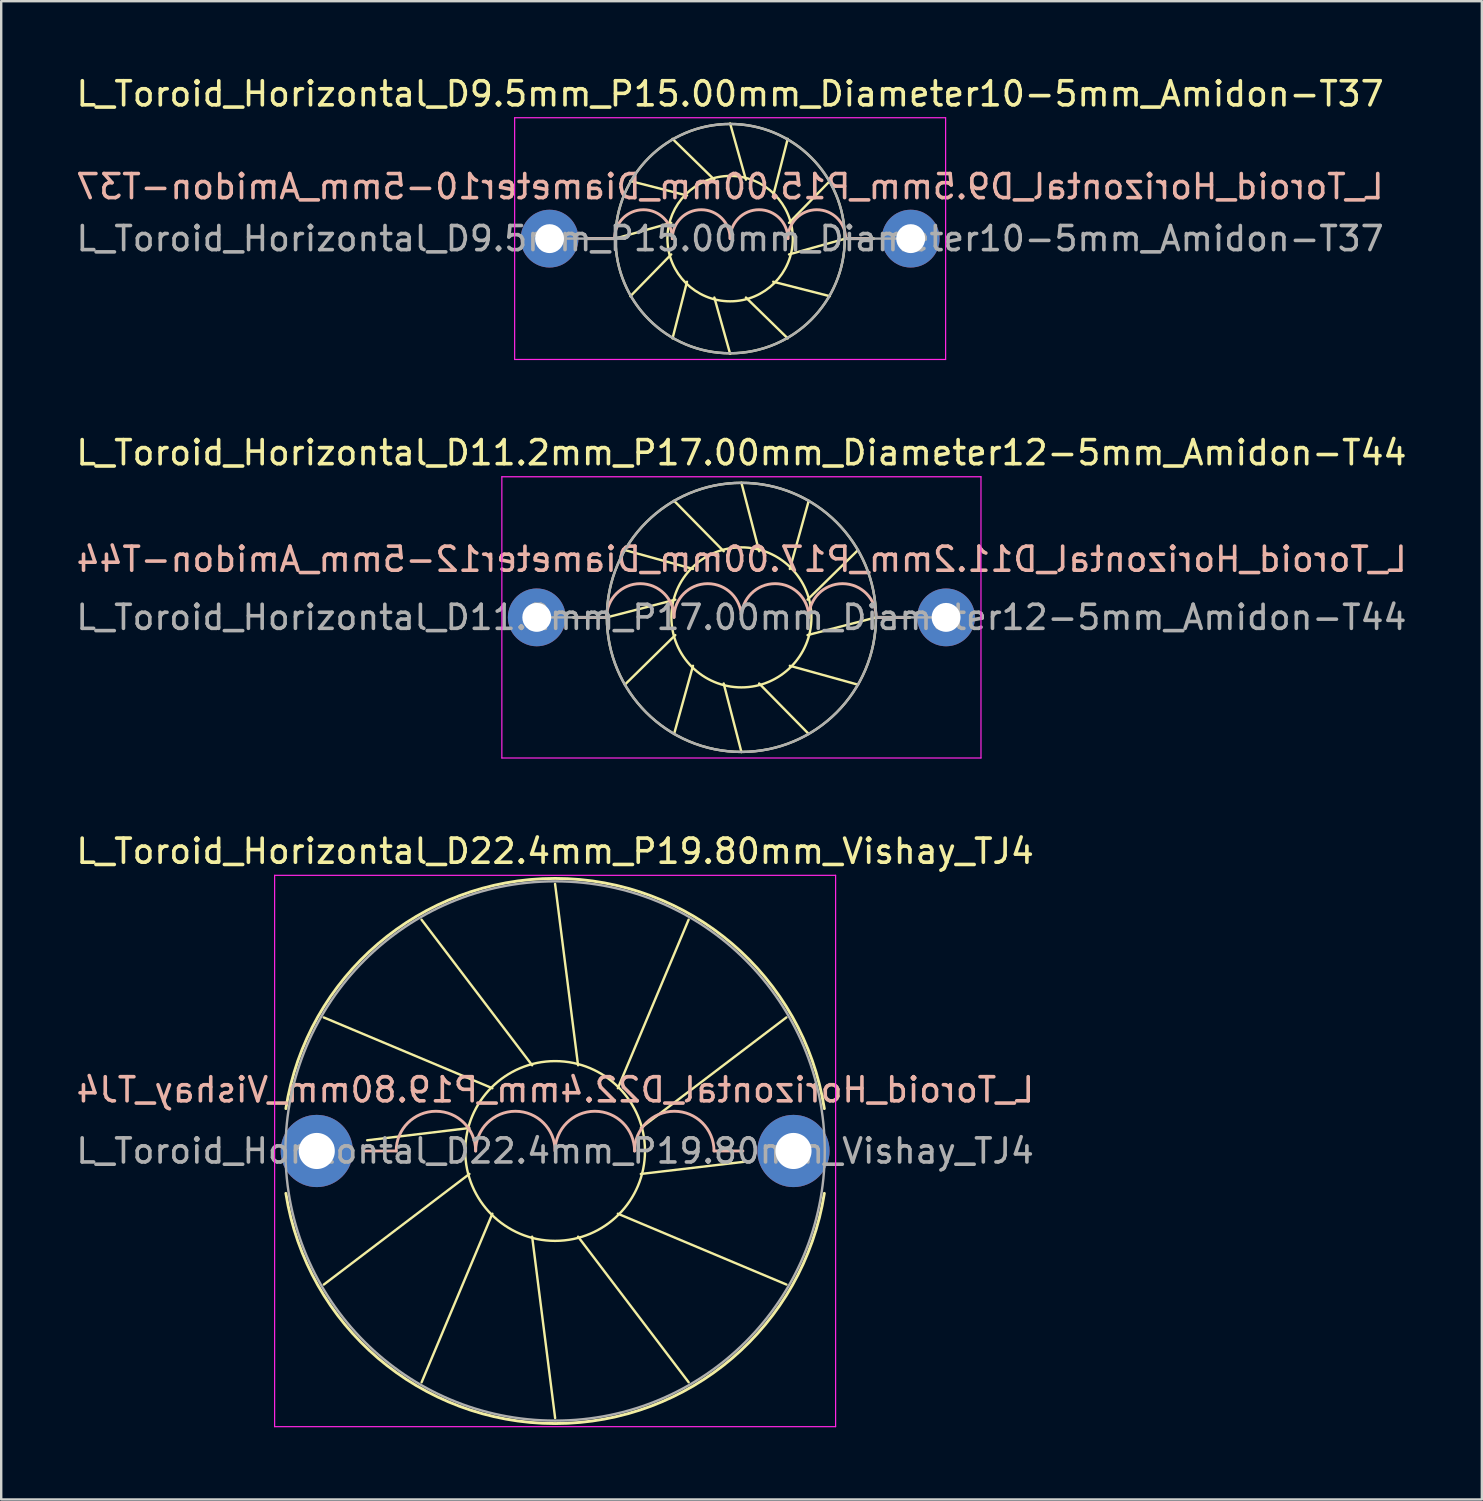
<source format=kicad_pcb>
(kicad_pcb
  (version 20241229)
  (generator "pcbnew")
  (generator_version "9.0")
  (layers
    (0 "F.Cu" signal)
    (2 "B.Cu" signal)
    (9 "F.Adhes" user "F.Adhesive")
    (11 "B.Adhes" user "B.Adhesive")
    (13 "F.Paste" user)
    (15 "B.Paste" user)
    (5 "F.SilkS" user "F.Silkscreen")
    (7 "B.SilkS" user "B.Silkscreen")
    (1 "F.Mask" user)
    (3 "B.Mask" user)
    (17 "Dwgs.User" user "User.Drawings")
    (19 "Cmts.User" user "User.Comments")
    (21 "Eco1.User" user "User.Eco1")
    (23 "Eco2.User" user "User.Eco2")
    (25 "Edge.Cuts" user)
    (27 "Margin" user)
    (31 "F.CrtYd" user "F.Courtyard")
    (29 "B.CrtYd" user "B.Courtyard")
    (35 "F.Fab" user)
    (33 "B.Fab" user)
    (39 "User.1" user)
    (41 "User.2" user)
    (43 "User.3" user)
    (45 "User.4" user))
  (footprint "L_Toroid_Horizontal_D22.4mm_P19.80mm_Vishay_TJ4"
    (layer "F.Cu")
    (at 10.106 44.755)
    (property "Reference" "L_Toroid_Horizontal_D22.4mm_P19.80mm_Vishay_TJ4" (at 9.9 -12.45 0) (layer "F.SilkS") (effects (font (size 1 1) (thickness 0.15))))
    (fp_line (start 0.292 -5.546) (end 7.294 -2.606) (stroke (width 0.1) (type solid)) (layer "F.SilkS"))
    (fp_line (start 0.293 5.548) (end 6.34 0.954) (stroke (width 0.1) (type solid)) (layer "F.SilkS"))
    (fp_line (start 2.095 -0.445) (end 6.34 -0.954) (stroke (width 0.1) (type solid)) (layer "F.SilkS"))
    (fp_line (start 4.352 -9.607) (end 8.946 -3.56) (stroke (width 0.1) (type solid)) (layer "F.SilkS"))
    (fp_line (start 4.354 9.608) (end 7.294 2.606) (stroke (width 0.1) (type solid)) (layer "F.SilkS"))
    (fp_line (start 9.898 -11.094) (end 10.853 -3.56) (stroke (width 0.1) (type solid)) (layer "F.SilkS"))
    (fp_line (start 9.901 11.094) (end 8.946 3.56) (stroke (width 0.1) (type solid)) (layer "F.SilkS"))
    (fp_line (start 15.445 -9.608) (end 12.506 -2.607) (stroke (width 0.1) (type solid)) (layer "F.SilkS"))
    (fp_line (start 15.447 9.607) (end 10.854 3.56) (stroke (width 0.1) (type solid)) (layer "F.SilkS"))
    (fp_line (start 17.78 0.445) (end 13.46 0.954) (stroke (width 0.1) (type solid)) (layer "F.SilkS"))
    (fp_line (start 19.506 -5.548) (end 13.46 -0.955) (stroke (width 0.1) (type solid)) (layer "F.SilkS"))
    (fp_line (start 19.507 5.547) (end 12.506 2.606) (stroke (width 0.1) (type solid)) (layer "F.SilkS"))
    (fp_arc (start -1.282343 -1.76) (mid 9.9 -11.32) (end 21.082343 -1.76) (stroke (width 0.12) (type solid)) (layer "F.SilkS"))
    (fp_arc (start 21.082343 1.76) (mid 9.9 11.32) (end -1.282343 1.76) (stroke (width 0.12) (type solid)) (layer "F.SilkS"))
    (fp_circle (center 9.9 0) (end 13.633 0) (stroke (width 0.1) (type solid)) (fill no) (layer "F.SilkS"))
    (fp_line (start 2 0) (end 3.3 0) (stroke (width 0.12) (type solid)) (layer "B.SilkS"))
    (fp_line (start 16.5 0) (end 17.7 0) (stroke (width 0.12) (type solid)) (layer "B.SilkS"))
    (fp_arc (start 3.3 0) (mid 4.95 -1.65) (end 6.6 0) (stroke (width 0.12) (type solid)) (layer "B.SilkS"))
    (fp_arc (start 6.6 0) (mid 8.25 -1.65) (end 9.9 0) (stroke (width 0.12) (type solid)) (layer "B.SilkS"))
    (fp_arc (start 9.9 0) (mid 11.55 -1.65) (end 13.2 0) (stroke (width 0.12) (type solid)) (layer "B.SilkS"))
    (fp_arc (start 13.2 0) (mid 14.85 -1.65) (end 16.5 0) (stroke (width 0.12) (type solid)) (layer "B.SilkS"))
    (fp_line (start -1.75 -11.45) (end -1.75 11.45) (stroke (width 0.05) (type solid)) (layer "F.CrtYd"))
    (fp_line (start -1.75 11.45) (end 21.55 11.45) (stroke (width 0.05) (type solid)) (layer "F.CrtYd"))
    (fp_line (start 21.55 -11.45) (end -1.75 -11.45) (stroke (width 0.05) (type solid)) (layer "F.CrtYd"))
    (fp_line (start 21.55 11.45) (end 21.55 -11.45) (stroke (width 0.05) (type solid)) (layer "F.CrtYd"))
    (fp_circle (center 9.9 0) (end 21.1 0) (stroke (width 0.1) (type solid)) (fill no) (layer "F.Fab"))
    (fp_text user "${REFERENCE}" (at 9.906 -2.54 0) (layer "B.SilkS") (effects (font (size 1 1) (thickness 0.15)) (justify mirror)))
    (fp_text user "${REFERENCE}" (at 9.9 0 0) (layer "F.Fab") (effects (font (size 1 1) (thickness 0.15))))
    (pad "1" thru_hole circle (at 0 0) (size 3 3) (drill 1.5) (layers "*.Cu" "*.Mask"))
    (pad "2" thru_hole circle (at 19.8 0) (size 3 3) (drill 1.5) (layers "*.Cu" "*.Mask")))
  (footprint "L_Toroid_Horizontal_D9.5mm_P15.00mm_Diameter10-5mm_Amidon-T37"
    (layer "F.Cu")
    (at 19.775 6.861)
    (property "Reference" "L_Toroid_Horizontal_D9.5mm_P15.00mm_Diameter10-5mm_Amidon-T37" (at 7.5 -6.013 0) (layer "F.SilkS") (effects (font (size 1 1) (thickness 0.15))))
    (fp_line (start 2.715 0.000443) (end 5.053 -0.655) (stroke (width 0.1) (type solid)) (layer "F.SilkS"))
    (fp_line (start 2.737 0) (end 1.524 0) (stroke (width 0.12) (type solid)) (layer "F.SilkS"))
    (fp_line (start 3.356 -2.392) (end 5.709 -1.791) (stroke (width 0.1) (type solid)) (layer "F.SilkS"))
    (fp_line (start 3.356 2.393) (end 5.053 0.656) (stroke (width 0.1) (type solid)) (layer "F.SilkS"))
    (fp_line (start 5.107 -4.144) (end 6.844 -2.447) (stroke (width 0.1) (type solid)) (layer "F.SilkS"))
    (fp_line (start 5.108 4.144) (end 5.709 1.791) (stroke (width 0.1) (type solid)) (layer "F.SilkS"))
    (fp_line (start 7.499 -4.785) (end 8.155 -2.447) (stroke (width 0.1) (type solid)) (layer "F.SilkS"))
    (fp_line (start 7.5 4.785) (end 6.845 2.447) (stroke (width 0.1) (type solid)) (layer "F.SilkS"))
    (fp_line (start 9.892 -4.144) (end 9.291 -1.792) (stroke (width 0.1) (type solid)) (layer "F.SilkS"))
    (fp_line (start 9.893 4.144) (end 8.156 2.447) (stroke (width 0.1) (type solid)) (layer "F.SilkS"))
    (fp_line (start 11.643 -2.393) (end 9.947 -0.656) (stroke (width 0.1) (type solid)) (layer "F.SilkS"))
    (fp_line (start 11.644 2.392) (end 9.291 1.791) (stroke (width 0.1) (type solid)) (layer "F.SilkS"))
    (fp_line (start 12.262 0) (end 13.462 0) (stroke (width 0.12) (type solid)) (layer "F.SilkS"))
    (fp_line (start 12.285 0) (end 9.947 0.656) (stroke (width 0.1) (type solid)) (layer "F.SilkS"))
    (fp_circle (center 7.5 0) (end 10.104 0) (stroke (width 0.1) (type solid)) (fill no) (layer "F.SilkS"))
    (fp_circle (center 7.5 0) (end 12.262 0) (stroke (width 0.1) (type solid)) (fill no) (layer "F.SilkS"))
    (fp_line (start 1.6 0) (end 2.7 0) (stroke (width 0.12) (type solid)) (layer "B.SilkS"))
    (fp_line (start 13.4 0) (end 12.3 0) (stroke (width 0.12) (type solid)) (layer "B.SilkS"))
    (fp_arc (start 2.7 0) (mid 3.9 -1.2) (end 5.1 0) (stroke (width 0.12) (type solid)) (layer "B.SilkS"))
    (fp_arc (start 5.1 0) (mid 6.3 -1.2) (end 7.5 0) (stroke (width 0.12) (type solid)) (layer "B.SilkS"))
    (fp_arc (start 7.5 0) (mid 8.7 -1.2) (end 9.9 0) (stroke (width 0.12) (type solid)) (layer "B.SilkS"))
    (fp_arc (start 9.9 0) (mid 11.1 -1.2) (end 12.3 0) (stroke (width 0.12) (type solid)) (layer "B.SilkS"))
    (fp_line (start -1.45 -5.02) (end -1.45 5.02) (stroke (width 0.05) (type solid)) (layer "F.CrtYd"))
    (fp_line (start -1.45 5.02) (end 16.45 5.02) (stroke (width 0.05) (type solid)) (layer "F.CrtYd"))
    (fp_line (start 16.45 -5.02) (end -1.45 -5.02) (stroke (width 0.05) (type solid)) (layer "F.CrtYd"))
    (fp_line (start 16.45 5.02) (end 16.45 -5.02) (stroke (width 0.05) (type solid)) (layer "F.CrtYd"))
    (fp_line (start 0 0) (end 2.737 0) (stroke (width 0.1) (type solid)) (layer "F.Fab"))
    (fp_line (start 15 0) (end 12.262 0) (stroke (width 0.1) (type solid)) (layer "F.Fab"))
    (fp_circle (center 7.5 0) (end 12.262 0) (stroke (width 0.1) (type solid)) (fill no) (layer "F.Fab"))
    (fp_text user "${REFERENCE}" (at 7.493 -2.159 0) (layer "B.SilkS") (effects (font (size 1 1) (thickness 0.15)) (justify mirror)))
    (fp_text user "${REFERENCE}" (at 7.5 0 0) (layer "F.Fab") (effects (font (size 1 1) (thickness 0.15))))
    (pad "1" thru_hole circle (at 0 0) (size 2.4 2.4) (drill 1.2) (layers "*.Cu" "*.Mask"))
    (pad "2" thru_hole circle (at 15 0) (size 2.4 2.4) (drill 1.2) (layers "*.Cu" "*.Mask")))
  (footprint "L_Toroid_Horizontal_D11.2mm_P17.00mm_Diameter12-5mm_Amidon-T44"
    (layer "F.Cu")
    (at 19.244 22.592)
    (property "Reference" "L_Toroid_Horizontal_D11.2mm_P17.00mm_Diameter12-5mm_Amidon-T44" (at 8.5 -6.838 0) (layer "F.SilkS") (effects (font (size 1 1) (thickness 0.15))))
    (fp_line (start 2.906 0.001) (end 1.524 0) (stroke (width 0.12) (type solid)) (layer "F.SilkS"))
    (fp_line (start 2.906 0.001) (end 5.753 -0.736) (stroke (width 0.1) (type solid)) (layer "F.SilkS"))
    (fp_line (start 3.655 -2.796) (end 6.489 -2.011) (stroke (width 0.1) (type solid)) (layer "F.SilkS"))
    (fp_line (start 3.656 2.797) (end 5.753 0.736) (stroke (width 0.1) (type solid)) (layer "F.SilkS"))
    (fp_line (start 5.702 -4.844) (end 7.764 -2.747) (stroke (width 0.1) (type solid)) (layer "F.SilkS"))
    (fp_line (start 5.703 4.845) (end 6.489 2.011) (stroke (width 0.1) (type solid)) (layer "F.SilkS"))
    (fp_line (start 8.499 -5.594) (end 9.236 -2.747) (stroke (width 0.1) (type solid)) (layer "F.SilkS"))
    (fp_line (start 8.5 5.594) (end 7.764 2.747) (stroke (width 0.1) (type solid)) (layer "F.SilkS"))
    (fp_line (start 11.296 -4.845) (end 10.511 -2.011) (stroke (width 0.1) (type solid)) (layer "F.SilkS"))
    (fp_line (start 11.297 4.844) (end 9.236 2.747) (stroke (width 0.1) (type solid)) (layer "F.SilkS"))
    (fp_line (start 13.344 -2.798) (end 11.247 -0.737) (stroke (width 0.1) (type solid)) (layer "F.SilkS"))
    (fp_line (start 13.344 2.797) (end 10.511 2.011) (stroke (width 0.1) (type solid)) (layer "F.SilkS"))
    (fp_line (start 14.088 0) (end 15.494 0) (stroke (width 0.12) (type solid)) (layer "F.SilkS"))
    (fp_line (start 14.094 0) (end 11.247 0.736) (stroke (width 0.1) (type solid)) (layer "F.SilkS"))
    (fp_circle (center 8.5 0) (end 11.408 0) (stroke (width 0.1) (type solid)) (fill no) (layer "F.SilkS"))
    (fp_circle (center 8.5 0) (end 14.088 0) (stroke (width 0.1) (type solid)) (fill no) (layer "F.SilkS"))
    (fp_line (start 1.6 0) (end 2.9 0) (stroke (width 0.12) (type solid)) (layer "B.SilkS"))
    (fp_line (start 15.4 0) (end 14.1 0) (stroke (width 0.12) (type solid)) (layer "B.SilkS"))
    (fp_arc (start 2.9 0) (mid 4.3 -1.4) (end 5.7 0) (stroke (width 0.12) (type solid)) (layer "B.SilkS"))
    (fp_arc (start 5.7 0) (mid 7.1 -1.4) (end 8.5 0) (stroke (width 0.12) (type solid)) (layer "B.SilkS"))
    (fp_arc (start 8.5 0) (mid 9.9 -1.4) (end 11.3 0) (stroke (width 0.12) (type solid)) (layer "B.SilkS"))
    (fp_arc (start 11.3 0) (mid 12.7 -1.4) (end 14.1 0) (stroke (width 0.12) (type solid)) (layer "B.SilkS"))
    (fp_line (start -1.45 -5.84) (end -1.45 5.84) (stroke (width 0.05) (type solid)) (layer "F.CrtYd"))
    (fp_line (start -1.45 5.84) (end 18.45 5.84) (stroke (width 0.05) (type solid)) (layer "F.CrtYd"))
    (fp_line (start 18.45 -5.84) (end -1.45 -5.84) (stroke (width 0.05) (type solid)) (layer "F.CrtYd"))
    (fp_line (start 18.45 5.84) (end 18.45 -5.84) (stroke (width 0.05) (type solid)) (layer "F.CrtYd"))
    (fp_line (start 0 0) (end 2.912 0) (stroke (width 0.1) (type solid)) (layer "F.Fab"))
    (fp_line (start 17 0) (end 14.088 0) (stroke (width 0.1) (type solid)) (layer "F.Fab"))
    (fp_circle (center 8.5 0) (end 14.088 0) (stroke (width 0.1) (type solid)) (fill no) (layer "F.Fab"))
    (fp_text user "${REFERENCE}" (at 8.509 -2.413 0) (layer "B.SilkS") (effects (font (size 1 1) (thickness 0.15)) (justify mirror)))
    (fp_text user "${REFERENCE}" (at 8.5 0 0) (layer "F.Fab") (effects (font (size 1 1) (thickness 0.15))))
    (pad "1" thru_hole circle (at 0 0) (size 2.4 2.4) (drill 1.2) (layers "*.Cu" "*.Mask"))
    (pad "2" thru_hole circle (at 17 0) (size 2.4 2.4) (drill 1.2) (layers "*.Cu" "*.Mask")))
  (gr_rect
    (start -3 -3)
    (end 58.497 59.23)
    (stroke (width 0.1) (type default))
    (fill no)
    (layer "Edge.Cuts")))
</source>
